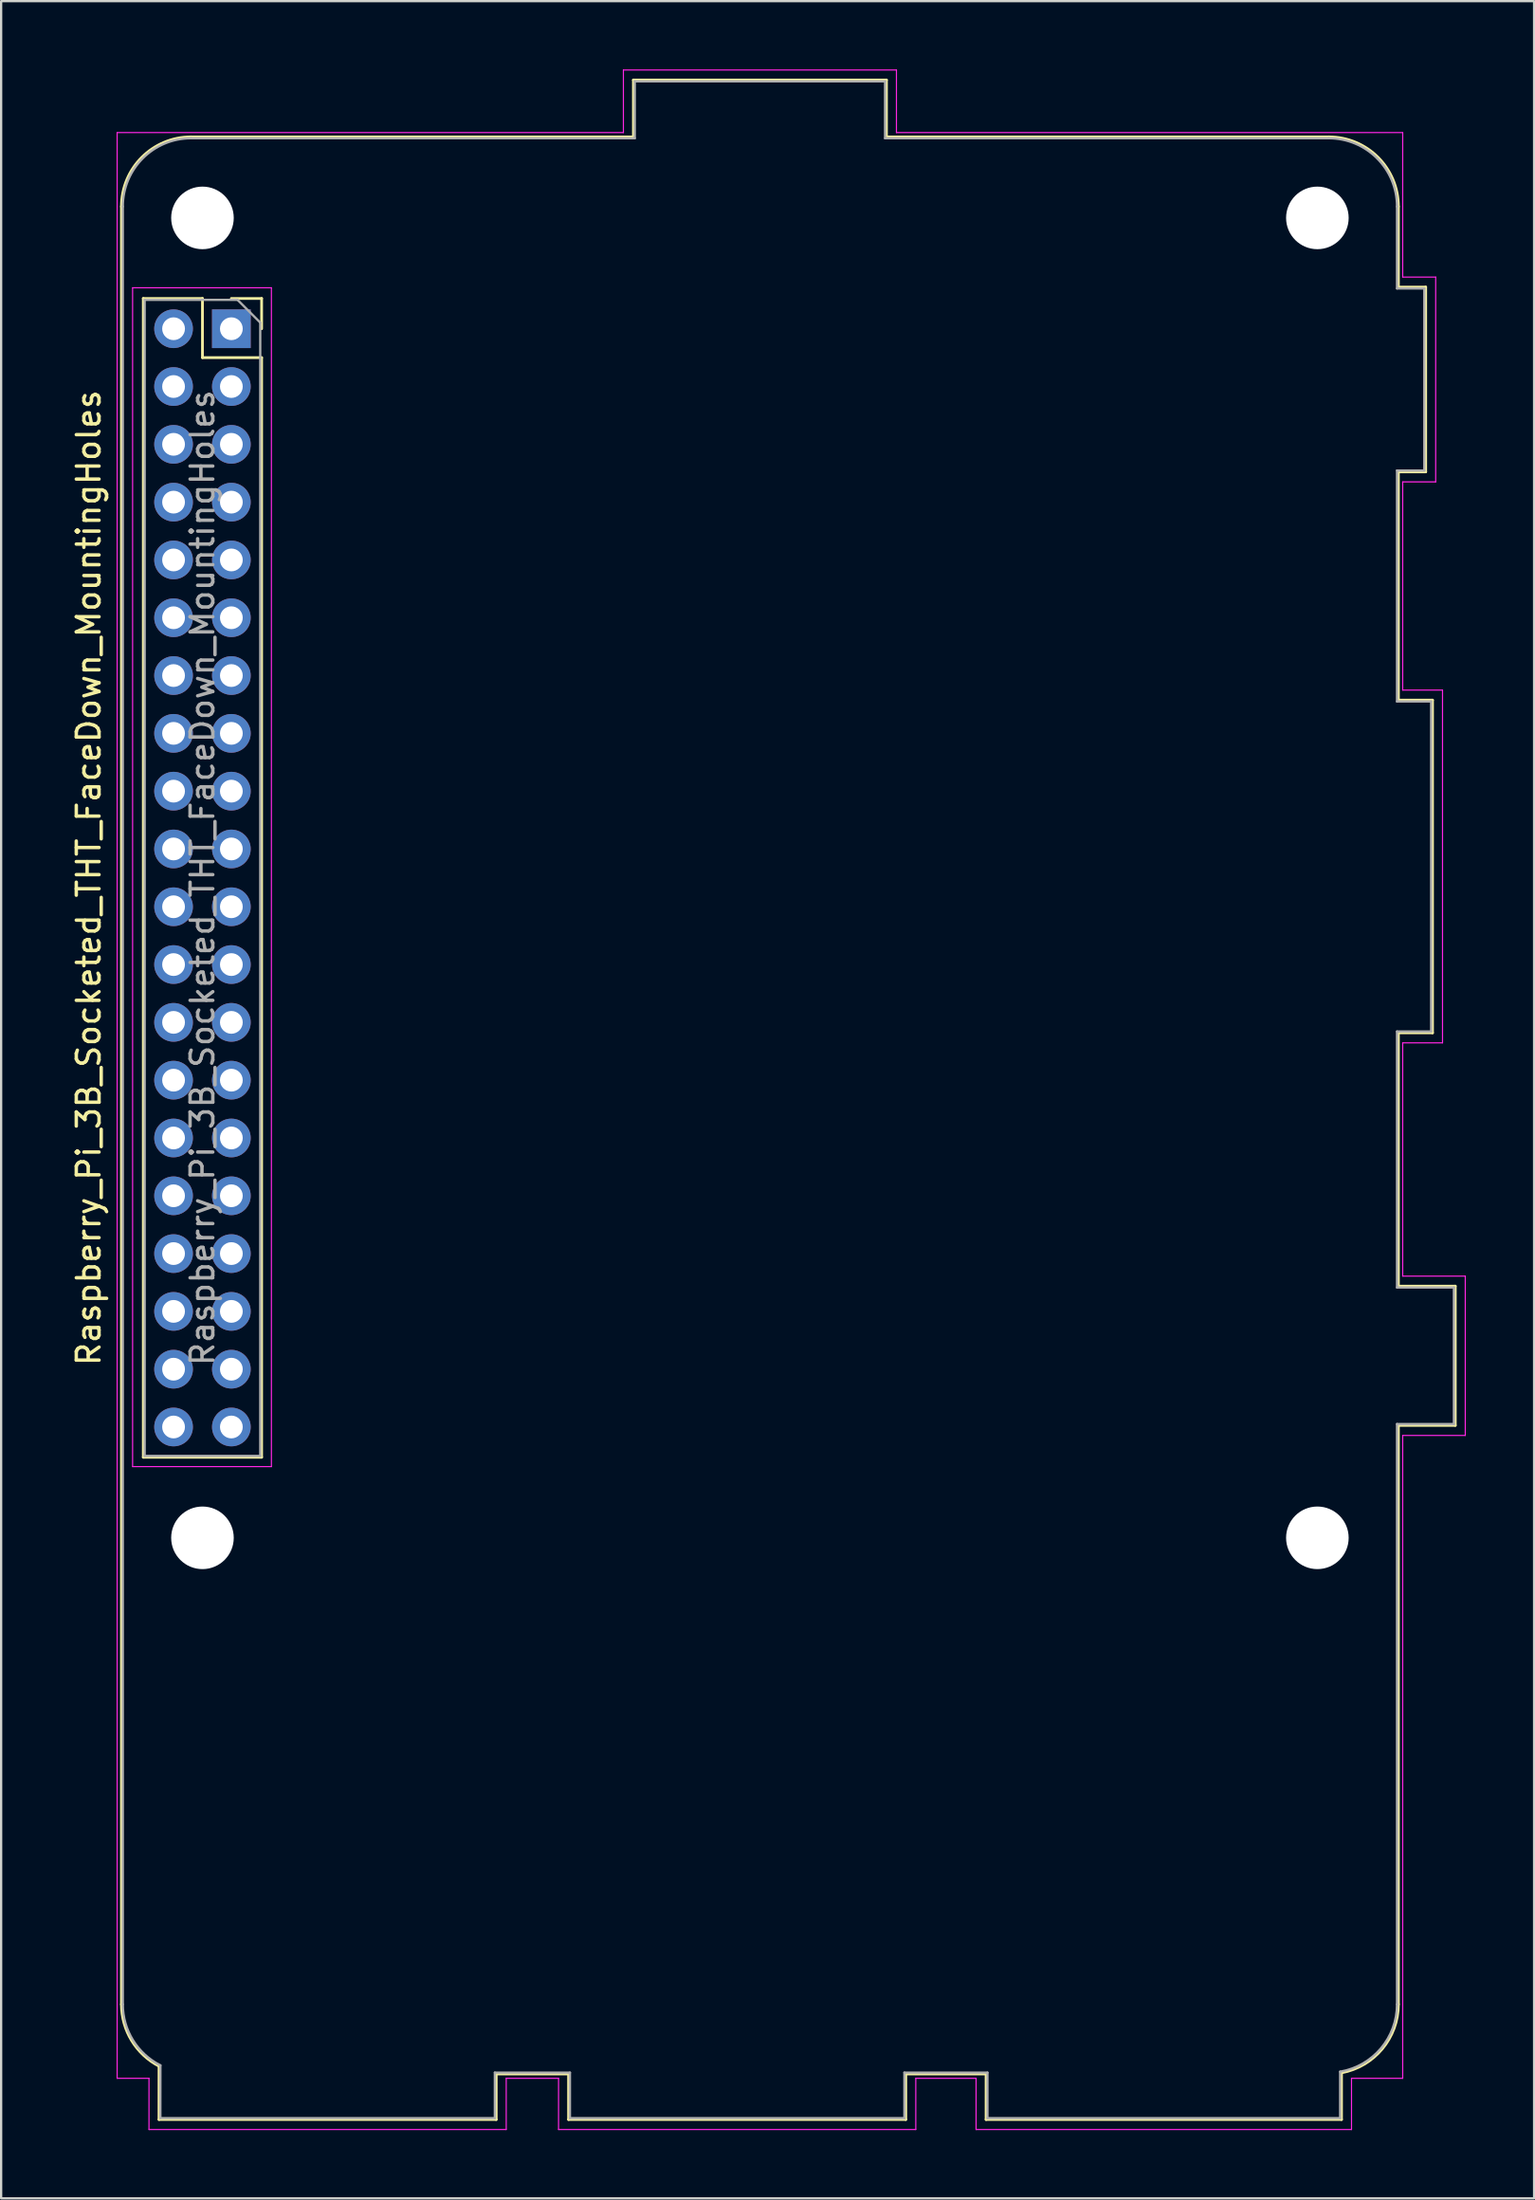
<source format=kicad_pcb>
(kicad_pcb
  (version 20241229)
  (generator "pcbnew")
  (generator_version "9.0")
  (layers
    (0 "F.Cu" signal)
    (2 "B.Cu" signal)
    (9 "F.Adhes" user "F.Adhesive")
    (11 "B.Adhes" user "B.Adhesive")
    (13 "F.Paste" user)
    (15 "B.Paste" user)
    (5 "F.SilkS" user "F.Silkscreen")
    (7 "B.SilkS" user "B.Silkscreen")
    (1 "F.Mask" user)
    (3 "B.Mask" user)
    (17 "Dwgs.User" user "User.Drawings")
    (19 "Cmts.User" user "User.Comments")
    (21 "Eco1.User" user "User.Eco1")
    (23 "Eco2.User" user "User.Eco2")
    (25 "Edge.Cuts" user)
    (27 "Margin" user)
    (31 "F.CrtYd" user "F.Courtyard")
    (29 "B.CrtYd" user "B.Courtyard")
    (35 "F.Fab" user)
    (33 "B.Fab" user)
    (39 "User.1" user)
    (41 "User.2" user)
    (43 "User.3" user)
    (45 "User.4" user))
  (footprint "Raspberry_Pi_3B_Socketed_THT_FaceDown_MountingHoles"
    (layer "F.Cu")
    (at 7.118 11.395)
    (property "Reference" "Raspberry_Pi_3B_Socketed_THT_FaceDown_MountingHoles" (at -6.27 24.13 90) (layer "F.SilkS") (effects (font (size 1 1) (thickness 0.15))))
    (attr through_hole)
    (fp_line (start -4.83 73.63) (end -4.83 -5.37) (stroke (width 0.12) (type solid)) (layer "F.SilkS"))
    (fp_line (start -3.87 -1.33) (end -3.87 49.59) (stroke (width 0.12) (type solid)) (layer "F.SilkS"))
    (fp_line (start -3.87 -1.33) (end -1.27 -1.33) (stroke (width 0.12) (type solid)) (layer "F.SilkS"))
    (fp_line (start -3.87 49.59) (end 1.33 49.59) (stroke (width 0.12) (type solid)) (layer "F.SilkS"))
    (fp_line (start -3.18 78.69) (end -3.178 76.347) (stroke (width 0.12) (type solid)) (layer "F.SilkS"))
    (fp_line (start -1.77 -8.43) (end 17.67 -8.43) (stroke (width 0.12) (type solid)) (layer "F.SilkS"))
    (fp_line (start -1.27 -1.33) (end -1.27 1.27) (stroke (width 0.12) (type solid)) (layer "F.SilkS"))
    (fp_line (start -1.27 1.27) (end 1.33 1.27) (stroke (width 0.12) (type solid)) (layer "F.SilkS"))
    (fp_line (start 0 -1.33) (end 1.33 -1.33) (stroke (width 0.12) (type solid)) (layer "F.SilkS"))
    (fp_line (start 1.33 -1.33) (end 1.33 0) (stroke (width 0.12) (type solid)) (layer "F.SilkS"))
    (fp_line (start 1.33 1.27) (end 1.33 49.59) (stroke (width 0.12) (type solid)) (layer "F.SilkS"))
    (fp_line (start 11.64 76.69) (end 11.64 78.69) (stroke (width 0.12) (type solid)) (layer "F.SilkS"))
    (fp_line (start 11.64 78.69) (end -3.18 78.69) (stroke (width 0.12) (type solid)) (layer "F.SilkS"))
    (fp_line (start 14.82 76.69) (end 11.64 76.69) (stroke (width 0.12) (type solid)) (layer "F.SilkS"))
    (fp_line (start 14.82 78.69) (end 14.82 76.69) (stroke (width 0.12) (type solid)) (layer "F.SilkS"))
    (fp_line (start 17.67 -10.93) (end 17.67 -8.43) (stroke (width 0.12) (type solid)) (layer "F.SilkS"))
    (fp_line (start 28.79 -10.93) (end 17.67 -10.93) (stroke (width 0.12) (type solid)) (layer "F.SilkS"))
    (fp_line (start 28.79 -8.43) (end 28.79 -10.93) (stroke (width 0.12) (type solid)) (layer "F.SilkS"))
    (fp_line (start 29.64 76.69) (end 29.64 78.69) (stroke (width 0.12) (type solid)) (layer "F.SilkS"))
    (fp_line (start 29.64 78.69) (end 14.82 78.69) (stroke (width 0.12) (type solid)) (layer "F.SilkS"))
    (fp_line (start 33.17 76.69) (end 29.64 76.69) (stroke (width 0.12) (type solid)) (layer "F.SilkS"))
    (fp_line (start 33.17 78.69) (end 33.17 76.69) (stroke (width 0.12) (type solid)) (layer "F.SilkS"))
    (fp_line (start 48.23 -8.43) (end 28.79 -8.43) (stroke (width 0.12) (type solid)) (layer "F.SilkS"))
    (fp_line (start 48.79 78.69) (end 33.17 78.69) (stroke (width 0.12) (type solid)) (layer "F.SilkS"))
    (fp_line (start 48.79 78.69) (end 48.79 76.638) (stroke (width 0.12) (type solid)) (layer "F.SilkS"))
    (fp_line (start 51.29 -5.37) (end 51.29 -1.83) (stroke (width 0.12) (type solid)) (layer "F.SilkS"))
    (fp_line (start 51.29 -1.83) (end 52.49 -1.83) (stroke (width 0.12) (type solid)) (layer "F.SilkS"))
    (fp_line (start 51.29 6.29) (end 51.29 16.32) (stroke (width 0.12) (type solid)) (layer "F.SilkS"))
    (fp_line (start 51.29 16.32) (end 52.79 16.32) (stroke (width 0.12) (type solid)) (layer "F.SilkS"))
    (fp_line (start 51.29 30.94) (end 51.29 42.07) (stroke (width 0.12) (type solid)) (layer "F.SilkS"))
    (fp_line (start 51.29 42.07) (end 53.79 42.07) (stroke (width 0.12) (type solid)) (layer "F.SilkS"))
    (fp_line (start 51.29 48.19) (end 51.29 73.63) (stroke (width 0.12) (type solid)) (layer "F.SilkS"))
    (fp_line (start 52.49 -1.83) (end 52.49 6.29) (stroke (width 0.12) (type solid)) (layer "F.SilkS"))
    (fp_line (start 52.49 6.29) (end 51.29 6.29) (stroke (width 0.12) (type solid)) (layer "F.SilkS"))
    (fp_line (start 52.79 16.32) (end 52.79 30.94) (stroke (width 0.12) (type solid)) (layer "F.SilkS"))
    (fp_line (start 52.79 30.94) (end 51.29 30.94) (stroke (width 0.12) (type solid)) (layer "F.SilkS"))
    (fp_line (start 53.79 42.07) (end 53.79 48.19) (stroke (width 0.12) (type solid)) (layer "F.SilkS"))
    (fp_line (start 53.79 48.19) (end 51.29 48.19) (stroke (width 0.12) (type solid)) (layer "F.SilkS"))
    (fp_arc (start -4.83 -5.37) (mid -3.933747 -7.533747) (end -1.77 -8.43) (stroke (width 0.12) (type solid)) (layer "F.SilkS"))
    (fp_arc (start -3.178211 76.346715) (mid -4.384644 75.219728) (end -4.83 73.63) (stroke (width 0.12) (type solid)) (layer "F.SilkS"))
    (fp_arc (start 48.23 -8.43) (mid 50.393747 -7.533747) (end 51.29 -5.37) (stroke (width 0.12) (type solid)) (layer "F.SilkS"))
    (fp_arc (start 51.29 73.63) (mid 50.583325 75.585879) (end 48.789698 76.638378) (stroke (width 0.12) (type solid)) (layer "F.SilkS"))
    (fp_line (start -5.02 -8.62) (end 17.23 -8.62) (stroke (width 0.05) (type solid)) (layer "F.CrtYd"))
    (fp_line (start -5.02 76.88) (end -5.02 -8.62) (stroke (width 0.05) (type solid)) (layer "F.CrtYd"))
    (fp_line (start -4.34 -1.8) (end 1.76 -1.8) (stroke (width 0.05) (type solid)) (layer "F.CrtYd"))
    (fp_line (start -4.34 50) (end -4.34 -1.8) (stroke (width 0.05) (type solid)) (layer "F.CrtYd"))
    (fp_line (start -3.62 76.88) (end -5.02 76.88) (stroke (width 0.05) (type solid)) (layer "F.CrtYd"))
    (fp_line (start -3.62 79.13) (end -3.62 76.88) (stroke (width 0.05) (type solid)) (layer "F.CrtYd"))
    (fp_line (start 1.76 -1.8) (end 1.76 50) (stroke (width 0.05) (type solid)) (layer "F.CrtYd"))
    (fp_line (start 1.76 50) (end -4.34 50) (stroke (width 0.05) (type solid)) (layer "F.CrtYd"))
    (fp_line (start 12.08 76.88) (end 12.08 79.13) (stroke (width 0.05) (type solid)) (layer "F.CrtYd"))
    (fp_line (start 12.08 79.13) (end -3.62 79.13) (stroke (width 0.05) (type solid)) (layer "F.CrtYd"))
    (fp_line (start 14.38 76.88) (end 12.08 76.88) (stroke (width 0.05) (type solid)) (layer "F.CrtYd"))
    (fp_line (start 14.38 79.13) (end 14.38 76.88) (stroke (width 0.05) (type solid)) (layer "F.CrtYd"))
    (fp_line (start 17.23 -11.37) (end 29.23 -11.37) (stroke (width 0.05) (type solid)) (layer "F.CrtYd"))
    (fp_line (start 17.23 -8.62) (end 17.23 -11.37) (stroke (width 0.05) (type solid)) (layer "F.CrtYd"))
    (fp_line (start 29.23 -11.37) (end 29.23 -8.62) (stroke (width 0.05) (type solid)) (layer "F.CrtYd"))
    (fp_line (start 29.23 -8.62) (end 51.48 -8.62) (stroke (width 0.05) (type solid)) (layer "F.CrtYd"))
    (fp_line (start 30.08 76.88) (end 30.08 79.13) (stroke (width 0.05) (type solid)) (layer "F.CrtYd"))
    (fp_line (start 30.08 79.13) (end 14.38 79.13) (stroke (width 0.05) (type solid)) (layer "F.CrtYd"))
    (fp_line (start 32.73 76.88) (end 30.08 76.88) (stroke (width 0.05) (type solid)) (layer "F.CrtYd"))
    (fp_line (start 32.73 79.13) (end 32.73 76.88) (stroke (width 0.05) (type solid)) (layer "F.CrtYd"))
    (fp_line (start 49.23 76.88) (end 49.23 79.13) (stroke (width 0.05) (type solid)) (layer "F.CrtYd"))
    (fp_line (start 49.23 79.13) (end 32.73 79.13) (stroke (width 0.05) (type solid)) (layer "F.CrtYd"))
    (fp_line (start 51.48 -8.62) (end 51.48 -2.27) (stroke (width 0.05) (type solid)) (layer "F.CrtYd"))
    (fp_line (start 51.48 -2.27) (end 52.93 -2.27) (stroke (width 0.05) (type solid)) (layer "F.CrtYd"))
    (fp_line (start 51.48 6.73) (end 51.48 15.88) (stroke (width 0.05) (type solid)) (layer "F.CrtYd"))
    (fp_line (start 51.48 15.88) (end 53.23 15.88) (stroke (width 0.05) (type solid)) (layer "F.CrtYd"))
    (fp_line (start 51.48 31.38) (end 51.48 41.63) (stroke (width 0.05) (type solid)) (layer "F.CrtYd"))
    (fp_line (start 51.48 41.63) (end 54.23 41.63) (stroke (width 0.05) (type solid)) (layer "F.CrtYd"))
    (fp_line (start 51.48 48.63) (end 51.48 76.88) (stroke (width 0.05) (type solid)) (layer "F.CrtYd"))
    (fp_line (start 51.48 76.88) (end 49.23 76.88) (stroke (width 0.05) (type solid)) (layer "F.CrtYd"))
    (fp_line (start 52.93 -2.27) (end 52.93 6.73) (stroke (width 0.05) (type solid)) (layer "F.CrtYd"))
    (fp_line (start 52.93 6.73) (end 51.48 6.73) (stroke (width 0.05) (type solid)) (layer "F.CrtYd"))
    (fp_line (start 53.23 15.88) (end 53.23 31.38) (stroke (width 0.05) (type solid)) (layer "F.CrtYd"))
    (fp_line (start 53.23 31.38) (end 51.48 31.38) (stroke (width 0.05) (type solid)) (layer "F.CrtYd"))
    (fp_line (start 54.23 41.63) (end 54.23 48.63) (stroke (width 0.05) (type solid)) (layer "F.CrtYd"))
    (fp_line (start 54.23 48.63) (end 51.48 48.63) (stroke (width 0.05) (type solid)) (layer "F.CrtYd"))
    (fp_line (start -4.77 73.63) (end -4.77 -5.37) (stroke (width 0.1) (type solid)) (layer "F.Fab"))
    (fp_line (start -3.81 -1.27) (end 0.27 -1.27) (stroke (width 0.1) (type solid)) (layer "F.Fab"))
    (fp_line (start -3.81 49.53) (end -3.81 -1.27) (stroke (width 0.1) (type solid)) (layer "F.Fab"))
    (fp_line (start -3.12 78.63) (end 11.58 78.63) (stroke (width 0.1) (type solid)) (layer "F.Fab"))
    (fp_line (start -3.118 76.31) (end -3.12 78.63) (stroke (width 0.1) (type solid)) (layer "F.Fab"))
    (fp_line (start -1.77 -8.37) (end 17.73 -8.37) (stroke (width 0.1) (type solid)) (layer "F.Fab"))
    (fp_line (start 0.27 -1.27) (end 1.27 -0.27) (stroke (width 0.1) (type solid)) (layer "F.Fab"))
    (fp_line (start 1.27 -0.27) (end 1.27 49.53) (stroke (width 0.1) (type solid)) (layer "F.Fab"))
    (fp_line (start 1.27 49.53) (end -3.81 49.53) (stroke (width 0.1) (type solid)) (layer "F.Fab"))
    (fp_line (start 11.58 76.63) (end 14.88 76.63) (stroke (width 0.1) (type solid)) (layer "F.Fab"))
    (fp_line (start 11.58 78.63) (end 11.58 76.63) (stroke (width 0.1) (type solid)) (layer "F.Fab"))
    (fp_line (start 14.88 76.63) (end 14.88 78.63) (stroke (width 0.1) (type solid)) (layer "F.Fab"))
    (fp_line (start 14.88 78.63) (end 29.58 78.63) (stroke (width 0.1) (type solid)) (layer "F.Fab"))
    (fp_line (start 17.73 -10.87) (end 17.73 -8.37) (stroke (width 0.1) (type solid)) (layer "F.Fab"))
    (fp_line (start 28.73 -10.87) (end 17.73 -10.87) (stroke (width 0.1) (type solid)) (layer "F.Fab"))
    (fp_line (start 28.73 -8.37) (end 28.73 -10.87) (stroke (width 0.1) (type solid)) (layer "F.Fab"))
    (fp_line (start 29.58 76.63) (end 33.23 76.63) (stroke (width 0.1) (type solid)) (layer "F.Fab"))
    (fp_line (start 29.58 78.63) (end 29.58 76.63) (stroke (width 0.1) (type solid)) (layer "F.Fab"))
    (fp_line (start 33.23 76.63) (end 33.23 78.63) (stroke (width 0.1) (type solid)) (layer "F.Fab"))
    (fp_line (start 33.23 78.63) (end 48.73 78.63) (stroke (width 0.1) (type solid)) (layer "F.Fab"))
    (fp_line (start 48.23 -8.37) (end 28.73 -8.37) (stroke (width 0.1) (type solid)) (layer "F.Fab"))
    (fp_line (start 48.73 78.63) (end 48.73 76.588) (stroke (width 0.1) (type solid)) (layer "F.Fab"))
    (fp_line (start 51.23 -5.37) (end 51.23 -1.77) (stroke (width 0.1) (type solid)) (layer "F.Fab"))
    (fp_line (start 51.23 -1.77) (end 52.43 -1.77) (stroke (width 0.1) (type solid)) (layer "F.Fab"))
    (fp_line (start 51.23 6.23) (end 51.23 16.38) (stroke (width 0.1) (type solid)) (layer "F.Fab"))
    (fp_line (start 51.23 16.38) (end 52.73 16.38) (stroke (width 0.1) (type solid)) (layer "F.Fab"))
    (fp_line (start 51.23 30.88) (end 51.23 42.13) (stroke (width 0.1) (type solid)) (layer "F.Fab"))
    (fp_line (start 51.23 42.13) (end 53.73 42.13) (stroke (width 0.1) (type solid)) (layer "F.Fab"))
    (fp_line (start 51.23 48.13) (end 51.23 73.63) (stroke (width 0.1) (type solid)) (layer "F.Fab"))
    (fp_line (start 52.43 -1.77) (end 52.43 6.23) (stroke (width 0.1) (type solid)) (layer "F.Fab"))
    (fp_line (start 52.43 6.23) (end 51.23 6.23) (stroke (width 0.1) (type solid)) (layer "F.Fab"))
    (fp_line (start 52.73 16.38) (end 52.73 30.88) (stroke (width 0.1) (type solid)) (layer "F.Fab"))
    (fp_line (start 52.73 30.88) (end 51.23 30.88) (stroke (width 0.1) (type solid)) (layer "F.Fab"))
    (fp_line (start 53.73 42.13) (end 53.73 48.13) (stroke (width 0.1) (type solid)) (layer "F.Fab"))
    (fp_line (start 53.73 48.13) (end 51.23 48.13) (stroke (width 0.1) (type solid)) (layer "F.Fab"))
    (fp_arc (start -4.77 -5.37) (mid -3.89132 -7.49132) (end -1.77 -8.37) (stroke (width 0.1) (type solid)) (layer "F.Fab"))
    (fp_arc (start -3.117957 76.310114) (mid -4.323808 75.204187) (end -4.77 73.63) (stroke (width 0.1) (type solid)) (layer "F.Fab"))
    (fp_arc (start 48.23 -8.37) (mid 50.35132 -7.49132) (end 51.23 -5.37) (stroke (width 0.1) (type solid)) (layer "F.Fab"))
    (fp_arc (start 51.23 73.63) (mid 50.521388 75.566373) (end 48.730306 76.587988) (stroke (width 0.1) (type solid)) (layer "F.Fab"))
    (fp_text user "${REFERENCE}" (at -1.27 24.13 90) (layer "F.Fab") (effects (font (size 1 1) (thickness 0.15))))
    (pad "" np_thru_hole circle (at -1.27 -4.87 90) (size 2.75 2.75) (drill 2.75) (layers "*.Cu" "*.Mask"))
    (pad "" np_thru_hole circle (at -1.27 53.13 90) (size 2.75 2.75) (drill 2.75) (layers "*.Cu" "*.Mask"))
    (pad "" np_thru_hole circle (at 47.73 -4.87 90) (size 2.75 2.75) (drill 2.75) (layers "*.Cu" "*.Mask"))
    (pad "" np_thru_hole circle (at 47.73 53.13 90) (size 2.75 2.75) (drill 2.75) (layers "*.Cu" "*.Mask"))
    (pad "1" thru_hole rect (at 0 0) (size 1.7 1.7) (drill 1) (layers "*.Cu" "*.Mask"))
    (pad "2" thru_hole oval (at -2.54 0) (size 1.7 1.7) (drill 1) (layers "*.Cu" "*.Mask"))
    (pad "3" thru_hole oval (at 0 2.54) (size 1.7 1.7) (drill 1) (layers "*.Cu" "*.Mask"))
    (pad "4" thru_hole oval (at -2.54 2.54) (size 1.7 1.7) (drill 1) (layers "*.Cu" "*.Mask"))
    (pad "5" thru_hole oval (at 0 5.08) (size 1.7 1.7) (drill 1) (layers "*.Cu" "*.Mask"))
    (pad "6" thru_hole oval (at -2.54 5.08) (size 1.7 1.7) (drill 1) (layers "*.Cu" "*.Mask"))
    (pad "7" thru_hole oval (at 0 7.62) (size 1.7 1.7) (drill 1) (layers "*.Cu" "*.Mask"))
    (pad "8" thru_hole oval (at -2.54 7.62) (size 1.7 1.7) (drill 1) (layers "*.Cu" "*.Mask"))
    (pad "9" thru_hole oval (at 0 10.16) (size 1.7 1.7) (drill 1) (layers "*.Cu" "*.Mask"))
    (pad "10" thru_hole oval (at -2.54 10.16) (size 1.7 1.7) (drill 1) (layers "*.Cu" "*.Mask"))
    (pad "11" thru_hole oval (at 0 12.7) (size 1.7 1.7) (drill 1) (layers "*.Cu" "*.Mask"))
    (pad "12" thru_hole oval (at -2.54 12.7) (size 1.7 1.7) (drill 1) (layers "*.Cu" "*.Mask"))
    (pad "13" thru_hole oval (at 0 15.24) (size 1.7 1.7) (drill 1) (layers "*.Cu" "*.Mask"))
    (pad "14" thru_hole oval (at -2.54 15.24) (size 1.7 1.7) (drill 1) (layers "*.Cu" "*.Mask"))
    (pad "15" thru_hole oval (at 0 17.78) (size 1.7 1.7) (drill 1) (layers "*.Cu" "*.Mask"))
    (pad "16" thru_hole oval (at -2.54 17.78) (size 1.7 1.7) (drill 1) (layers "*.Cu" "*.Mask"))
    (pad "17" thru_hole oval (at 0 20.32) (size 1.7 1.7) (drill 1) (layers "*.Cu" "*.Mask"))
    (pad "18" thru_hole oval (at -2.54 20.32) (size 1.7 1.7) (drill 1) (layers "*.Cu" "*.Mask"))
    (pad "19" thru_hole oval (at 0 22.86) (size 1.7 1.7) (drill 1) (layers "*.Cu" "*.Mask"))
    (pad "20" thru_hole oval (at -2.54 22.86) (size 1.7 1.7) (drill 1) (layers "*.Cu" "*.Mask"))
    (pad "21" thru_hole oval (at 0 25.4) (size 1.7 1.7) (drill 1) (layers "*.Cu" "*.Mask"))
    (pad "22" thru_hole oval (at -2.54 25.4) (size 1.7 1.7) (drill 1) (layers "*.Cu" "*.Mask"))
    (pad "23" thru_hole oval (at 0 27.94) (size 1.7 1.7) (drill 1) (layers "*.Cu" "*.Mask"))
    (pad "24" thru_hole oval (at -2.54 27.94) (size 1.7 1.7) (drill 1) (layers "*.Cu" "*.Mask"))
    (pad "25" thru_hole oval (at 0 30.48) (size 1.7 1.7) (drill 1) (layers "*.Cu" "*.Mask"))
    (pad "26" thru_hole oval (at -2.54 30.48) (size 1.7 1.7) (drill 1) (layers "*.Cu" "*.Mask"))
    (pad "27" thru_hole oval (at 0 33.02) (size 1.7 1.7) (drill 1) (layers "*.Cu" "*.Mask"))
    (pad "28" thru_hole oval (at -2.54 33.02) (size 1.7 1.7) (drill 1) (layers "*.Cu" "*.Mask"))
    (pad "29" thru_hole oval (at 0 35.56) (size 1.7 1.7) (drill 1) (layers "*.Cu" "*.Mask"))
    (pad "30" thru_hole oval (at -2.54 35.56) (size 1.7 1.7) (drill 1) (layers "*.Cu" "*.Mask"))
    (pad "31" thru_hole oval (at 0 38.1) (size 1.7 1.7) (drill 1) (layers "*.Cu" "*.Mask"))
    (pad "32" thru_hole oval (at -2.54 38.1) (size 1.7 1.7) (drill 1) (layers "*.Cu" "*.Mask"))
    (pad "33" thru_hole oval (at 0 40.64) (size 1.7 1.7) (drill 1) (layers "*.Cu" "*.Mask"))
    (pad "34" thru_hole oval (at -2.54 40.64) (size 1.7 1.7) (drill 1) (layers "*.Cu" "*.Mask"))
    (pad "35" thru_hole oval (at 0 43.18) (size 1.7 1.7) (drill 1) (layers "*.Cu" "*.Mask"))
    (pad "36" thru_hole oval (at -2.54 43.18) (size 1.7 1.7) (drill 1) (layers "*.Cu" "*.Mask"))
    (pad "37" thru_hole oval (at 0 45.72) (size 1.7 1.7) (drill 1) (layers "*.Cu" "*.Mask"))
    (pad "38" thru_hole oval (at -2.54 45.72) (size 1.7 1.7) (drill 1) (layers "*.Cu" "*.Mask"))
    (pad "39" thru_hole oval (at 0 48.26) (size 1.7 1.7) (drill 1) (layers "*.Cu" "*.Mask"))
    (pad "40" thru_hole oval (at -2.54 48.26) (size 1.7 1.7) (drill 1) (layers "*.Cu" "*.Mask")))
  (gr_rect
    (start -3 -3)
    (end 64.373 93.55)
    (stroke (width 0.1) (type default))
    (fill no)
    (layer "Edge.Cuts")))
</source>
